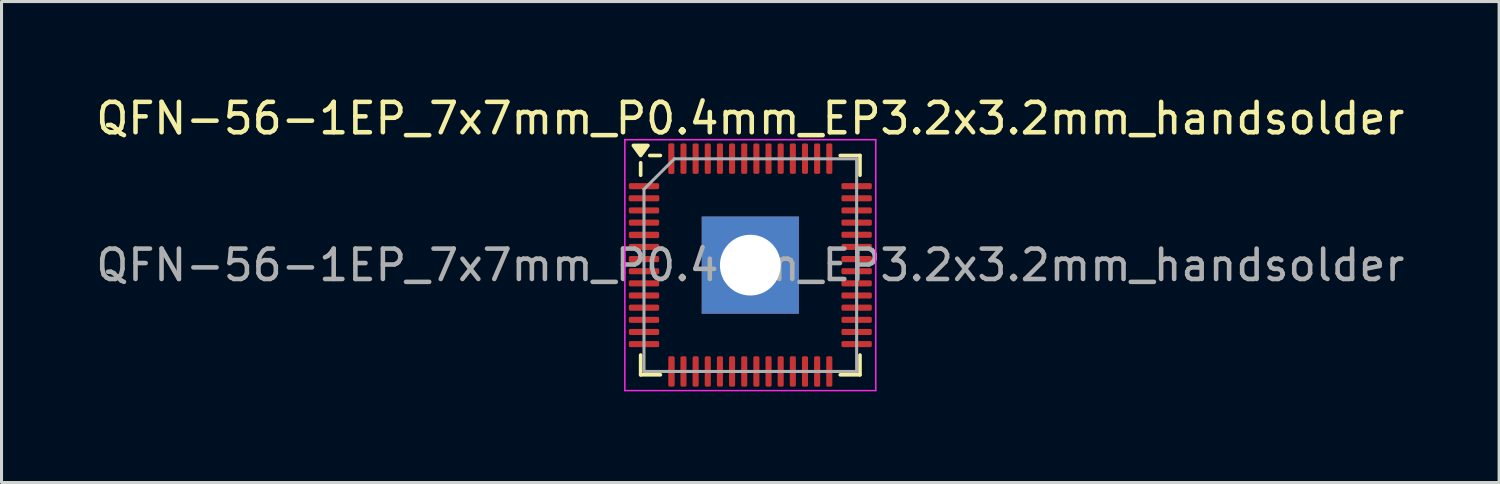
<source format=kicad_pcb>
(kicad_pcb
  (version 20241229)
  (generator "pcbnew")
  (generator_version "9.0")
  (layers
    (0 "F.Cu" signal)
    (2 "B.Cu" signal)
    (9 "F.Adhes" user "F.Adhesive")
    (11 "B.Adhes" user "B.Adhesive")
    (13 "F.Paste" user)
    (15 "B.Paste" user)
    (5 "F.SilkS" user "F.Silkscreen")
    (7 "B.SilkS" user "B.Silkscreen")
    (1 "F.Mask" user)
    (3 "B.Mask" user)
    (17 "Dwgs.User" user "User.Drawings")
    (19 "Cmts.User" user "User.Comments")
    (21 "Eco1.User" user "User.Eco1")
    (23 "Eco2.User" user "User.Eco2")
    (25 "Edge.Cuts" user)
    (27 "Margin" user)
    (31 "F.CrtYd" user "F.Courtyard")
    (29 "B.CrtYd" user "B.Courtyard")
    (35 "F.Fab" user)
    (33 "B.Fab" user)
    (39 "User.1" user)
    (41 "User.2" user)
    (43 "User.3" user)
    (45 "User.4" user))
  (footprint "QFN-56-1EP_7x7mm_P0.4mm_EP3.2x3.2mm_handsolder"
    (layer "F.Cu")
    (at 21.649 5.678)
    (property "Reference" "QFN-56-1EP_7x7mm_P0.4mm_EP3.2x3.2mm_handsolder" (at 0 -4.83 0) (layer "F.SilkS") (effects (font (size 1 1) (thickness 0.15))))
    (attr smd)
    (fp_line (start -3.61 -2.96) (end -3.61 -3.37) (stroke (width 0.12) (type solid)) (layer "F.SilkS"))
    (fp_line (start -3.61 3.61) (end -3.61 2.96) (stroke (width 0.12) (type solid)) (layer "F.SilkS"))
    (fp_line (start -2.96 -3.61) (end -3.31 -3.61) (stroke (width 0.12) (type solid)) (layer "F.SilkS"))
    (fp_line (start -2.96 3.61) (end -3.61 3.61) (stroke (width 0.12) (type solid)) (layer "F.SilkS"))
    (fp_line (start 2.96 -3.61) (end 3.61 -3.61) (stroke (width 0.12) (type solid)) (layer "F.SilkS"))
    (fp_line (start 2.96 3.61) (end 3.61 3.61) (stroke (width 0.12) (type solid)) (layer "F.SilkS"))
    (fp_line (start 3.61 -3.61) (end 3.61 -2.96) (stroke (width 0.12) (type solid)) (layer "F.SilkS"))
    (fp_line (start 3.61 3.61) (end 3.61 2.96) (stroke (width 0.12) (type solid)) (layer "F.SilkS"))
    (fp_poly (pts (xy -3.61 -3.61) (xy -3.85 -3.94) (xy -3.37 -3.94) (xy -3.61 -3.61)) (stroke (width 0.12) (type solid)) (fill yes) (layer "F.SilkS"))
    (fp_line (start -4.13 -4.13) (end -4.13 4.13) (stroke (width 0.05) (type solid)) (layer "F.CrtYd"))
    (fp_line (start -4.13 4.13) (end 4.13 4.13) (stroke (width 0.05) (type solid)) (layer "F.CrtYd"))
    (fp_line (start 4.13 -4.13) (end -4.13 -4.13) (stroke (width 0.05) (type solid)) (layer "F.CrtYd"))
    (fp_line (start 4.13 4.13) (end 4.13 -4.13) (stroke (width 0.05) (type solid)) (layer "F.CrtYd"))
    (fp_line (start -3.5 -2.5) (end -2.5 -3.5) (stroke (width 0.1) (type solid)) (layer "F.Fab"))
    (fp_line (start -3.5 3.5) (end -3.5 -2.5) (stroke (width 0.1) (type solid)) (layer "F.Fab"))
    (fp_line (start -2.5 -3.5) (end 3.5 -3.5) (stroke (width 0.1) (type solid)) (layer "F.Fab"))
    (fp_line (start 3.5 -3.5) (end 3.5 3.5) (stroke (width 0.1) (type solid)) (layer "F.Fab"))
    (fp_line (start 3.5 3.5) (end -3.5 3.5) (stroke (width 0.1) (type solid)) (layer "F.Fab"))
    (fp_text user "${REFERENCE}" (at 0 0 0) (layer "F.Fab") (effects (font (size 1 1) (thickness 0.15))))
    (pad "" smd roundrect (at -0.8 -0.8) (size 1.29 1.29) (layers "F.Paste") (roundrect_rratio 0.194))
    (pad "" smd roundrect (at -0.8 0.8) (size 1.29 1.29) (layers "F.Paste") (roundrect_rratio 0.194))
    (pad "" smd roundrect (at 0.8 -0.8) (size 1.29 1.29) (layers "F.Paste") (roundrect_rratio 0.194))
    (pad "" smd roundrect (at 0.8 0.8) (size 1.29 1.29) (layers "F.Paste") (roundrect_rratio 0.194))
    (pad "1" smd roundrect (at -3.5 -2.6) (size 1 0.2) (layers "F.Cu" "F.Mask" "F.Paste") (roundrect_rratio 0.25))
    (pad "2" smd roundrect (at -3.5 -2.2) (size 1.01 0.2) (layers "F.Cu" "F.Mask" "F.Paste") (roundrect_rratio 0.25))
    (pad "3" smd roundrect (at -3.5 -1.8) (size 1 0.2) (layers "F.Cu" "F.Mask" "F.Paste") (roundrect_rratio 0.25))
    (pad "4" smd roundrect (at -3.5 -1.4) (size 1 0.2) (layers "F.Cu" "F.Mask" "F.Paste") (roundrect_rratio 0.25))
    (pad "5" smd roundrect (at -3.5 -0.995) (size 1 0.21) (layers "F.Cu" "F.Mask" "F.Paste") (roundrect_rratio 0.25))
    (pad "6" smd roundrect (at -3.5 -0.6) (size 1 0.2) (layers "F.Cu" "F.Mask" "F.Paste") (roundrect_rratio 0.25))
    (pad "7" smd roundrect (at -3.5 -0.2) (size 1 0.2) (layers "F.Cu" "F.Mask" "F.Paste") (roundrect_rratio 0.25))
    (pad "8" smd roundrect (at -3.5 0.2) (size 1 0.2) (layers "F.Cu" "F.Mask" "F.Paste") (roundrect_rratio 0.25))
    (pad "9" smd roundrect (at -3.5 0.6) (size 1 0.2) (layers "F.Cu" "F.Mask" "F.Paste") (roundrect_rratio 0.25))
    (pad "10" smd roundrect (at -3.5 1) (size 1 0.2) (layers "F.Cu" "F.Mask" "F.Paste") (roundrect_rratio 0.25))
    (pad "11" smd roundrect (at -3.5 1.4) (size 1 0.2) (layers "F.Cu" "F.Mask" "F.Paste") (roundrect_rratio 0.25))
    (pad "12" smd roundrect (at -3.5 1.8) (size 1 0.2) (layers "F.Cu" "F.Mask" "F.Paste") (roundrect_rratio 0.25))
    (pad "13" smd roundrect (at -3.5 2.2) (size 1 0.2) (layers "F.Cu" "F.Mask" "F.Paste") (roundrect_rratio 0.25))
    (pad "14" smd roundrect (at -3.5 2.6) (size 1 0.2) (layers "F.Cu" "F.Mask" "F.Paste") (roundrect_rratio 0.25))
    (pad "15" smd roundrect (at -2.595 3.5) (size 0.21 1) (layers "F.Cu" "F.Mask" "F.Paste") (roundrect_rratio 0.25))
    (pad "16" smd roundrect (at -2.2 3.5) (size 0.2 1) (layers "F.Cu" "F.Mask" "F.Paste") (roundrect_rratio 0.25))
    (pad "17" smd roundrect (at -1.8 3.5) (size 0.2 1) (layers "F.Cu" "F.Mask" "F.Paste") (roundrect_rratio 0.25))
    (pad "18" smd roundrect (at -1.4 3.5) (size 0.2 1) (layers "F.Cu" "F.Mask" "F.Paste") (roundrect_rratio 0.25))
    (pad "19" smd roundrect (at -1 3.5) (size 0.2 1) (layers "F.Cu" "F.Mask" "F.Paste") (roundrect_rratio 0.25))
    (pad "20" smd roundrect (at -0.6 3.5) (size 0.2 1) (layers "F.Cu" "F.Mask" "F.Paste") (roundrect_rratio 0.25))
    (pad "21" smd roundrect (at -0.2 3.5) (size 0.2 1) (layers "F.Cu" "F.Mask" "F.Paste") (roundrect_rratio 0.25))
    (pad "22" smd roundrect (at 0.2 3.5) (size 0.2 1) (layers "F.Cu" "F.Mask" "F.Paste") (roundrect_rratio 0.25))
    (pad "23" smd roundrect (at 0.6 3.5) (size 0.2 1) (layers "F.Cu" "F.Mask" "F.Paste") (roundrect_rratio 0.25))
    (pad "24" smd roundrect (at 1 3.5) (size 0.2 1) (layers "F.Cu" "F.Mask" "F.Paste") (roundrect_rratio 0.25))
    (pad "25" smd roundrect (at 1.4 3.5) (size 0.2 1) (layers "F.Cu" "F.Mask" "F.Paste") (roundrect_rratio 0.25))
    (pad "26" smd roundrect (at 1.8 3.5) (size 0.2 1) (layers "F.Cu" "F.Mask" "F.Paste") (roundrect_rratio 0.25))
    (pad "27" smd roundrect (at 2.2 3.5) (size 0.2 1) (layers "F.Cu" "F.Mask" "F.Paste") (roundrect_rratio 0.25))
    (pad "28" smd roundrect (at 2.6 3.5) (size 0.2 1) (layers "F.Cu" "F.Mask" "F.Paste") (roundrect_rratio 0.25))
    (pad "29" smd roundrect (at 3.5 2.6) (size 1 0.2) (layers "F.Cu" "F.Mask" "F.Paste") (roundrect_rratio 0.25))
    (pad "30" smd roundrect (at 3.5 2.2) (size 1 0.2) (layers "F.Cu" "F.Mask" "F.Paste") (roundrect_rratio 0.25))
    (pad "31" smd roundrect (at 3.5 1.8) (size 1 0.2) (layers "F.Cu" "F.Mask" "F.Paste") (roundrect_rratio 0.25))
    (pad "32" smd roundrect (at 3.5 1.4) (size 1 0.2) (layers "F.Cu" "F.Mask" "F.Paste") (roundrect_rratio 0.25))
    (pad "33" smd roundrect (at 3.5 1) (size 1 0.2) (layers "F.Cu" "F.Mask" "F.Paste") (roundrect_rratio 0.25))
    (pad "34" smd roundrect (at 3.5 0.6) (size 1 0.2) (layers "F.Cu" "F.Mask" "F.Paste") (roundrect_rratio 0.25))
    (pad "35" smd roundrect (at 3.5 0.2) (size 1 0.2) (layers "F.Cu" "F.Mask" "F.Paste") (roundrect_rratio 0.25))
    (pad "36" smd roundrect (at 3.5 -0.2) (size 1 0.2) (layers "F.Cu" "F.Mask" "F.Paste") (roundrect_rratio 0.25))
    (pad "37" smd roundrect (at 3.5 -0.6) (size 1 0.2) (layers "F.Cu" "F.Mask" "F.Paste") (roundrect_rratio 0.25))
    (pad "38" smd roundrect (at 3.5 -1) (size 1 0.2) (layers "F.Cu" "F.Mask" "F.Paste") (roundrect_rratio 0.25))
    (pad "39" smd roundrect (at 3.5 -1.4) (size 1 0.2) (layers "F.Cu" "F.Mask" "F.Paste") (roundrect_rratio 0.25))
    (pad "40" smd roundrect (at 3.5 -1.8) (size 1 0.2) (layers "F.Cu" "F.Mask" "F.Paste") (roundrect_rratio 0.25))
    (pad "41" smd roundrect (at 3.5 -2.2) (size 1 0.2) (layers "F.Cu" "F.Mask" "F.Paste") (roundrect_rratio 0.25))
    (pad "42" smd roundrect (at 3.5 -2.6) (size 1 0.2) (layers "F.Cu" "F.Mask" "F.Paste") (roundrect_rratio 0.25))
    (pad "43" smd roundrect (at 2.6 -3.505) (size 0.2 1) (layers "F.Cu" "F.Mask" "F.Paste") (roundrect_rratio 0.25))
    (pad "44" smd roundrect (at 2.2 -3.505) (size 0.2 1) (layers "F.Cu" "F.Mask" "F.Paste") (roundrect_rratio 0.25))
    (pad "45" smd roundrect (at 1.8 -3.505) (size 0.2 1) (layers "F.Cu" "F.Mask" "F.Paste") (roundrect_rratio 0.25))
    (pad "46" smd roundrect (at 1.4 -3.505) (size 0.2 1) (layers "F.Cu" "F.Mask" "F.Paste") (roundrect_rratio 0.25))
    (pad "47" smd roundrect (at 1 -3.505) (size 0.2 1) (layers "F.Cu" "F.Mask" "F.Paste") (roundrect_rratio 0.25))
    (pad "48" smd roundrect (at 0.6 -3.505) (size 0.2 1) (layers "F.Cu" "F.Mask" "F.Paste") (roundrect_rratio 0.25))
    (pad "49" smd roundrect (at 0.2 -3.505) (size 0.2 1) (layers "F.Cu" "F.Mask" "F.Paste") (roundrect_rratio 0.25))
    (pad "50" smd roundrect (at -0.2 -3.505) (size 0.2 1) (layers "F.Cu" "F.Mask" "F.Paste") (roundrect_rratio 0.25))
    (pad "51" smd roundrect (at -0.6 -3.505) (size 0.2 1) (layers "F.Cu" "F.Mask" "F.Paste") (roundrect_rratio 0.25))
    (pad "52" smd roundrect (at -1 -3.505) (size 0.2 1) (layers "F.Cu" "F.Mask" "F.Paste") (roundrect_rratio 0.25))
    (pad "53" smd roundrect (at -1.4 -3.505) (size 0.2 1) (layers "F.Cu" "F.Mask" "F.Paste") (roundrect_rratio 0.25))
    (pad "54" smd roundrect (at -1.8 -3.505) (size 0.2 1) (layers "F.Cu" "F.Mask" "F.Paste") (roundrect_rratio 0.25))
    (pad "55" smd roundrect (at -2.2 -3.505) (size 0.2 1) (layers "F.Cu" "F.Mask" "F.Paste") (roundrect_rratio 0.25))
    (pad "56" smd roundrect (at -2.6 -3.505) (size 0.2 1.01) (layers "F.Cu" "F.Mask" "F.Paste") (roundrect_rratio 0.25))
    (pad "57" thru_hole rect (at 0 0) (size 3.2 3.2) (drill 2) (property pad_prop_heatsink) (layers "*.Cu" "*.Mask")))
  (gr_rect
    (start -3 -3)
    (end 46.298 12.833)
    (stroke (width 0.1) (type default))
    (fill no)
    (layer "Edge.Cuts")))
</source>
